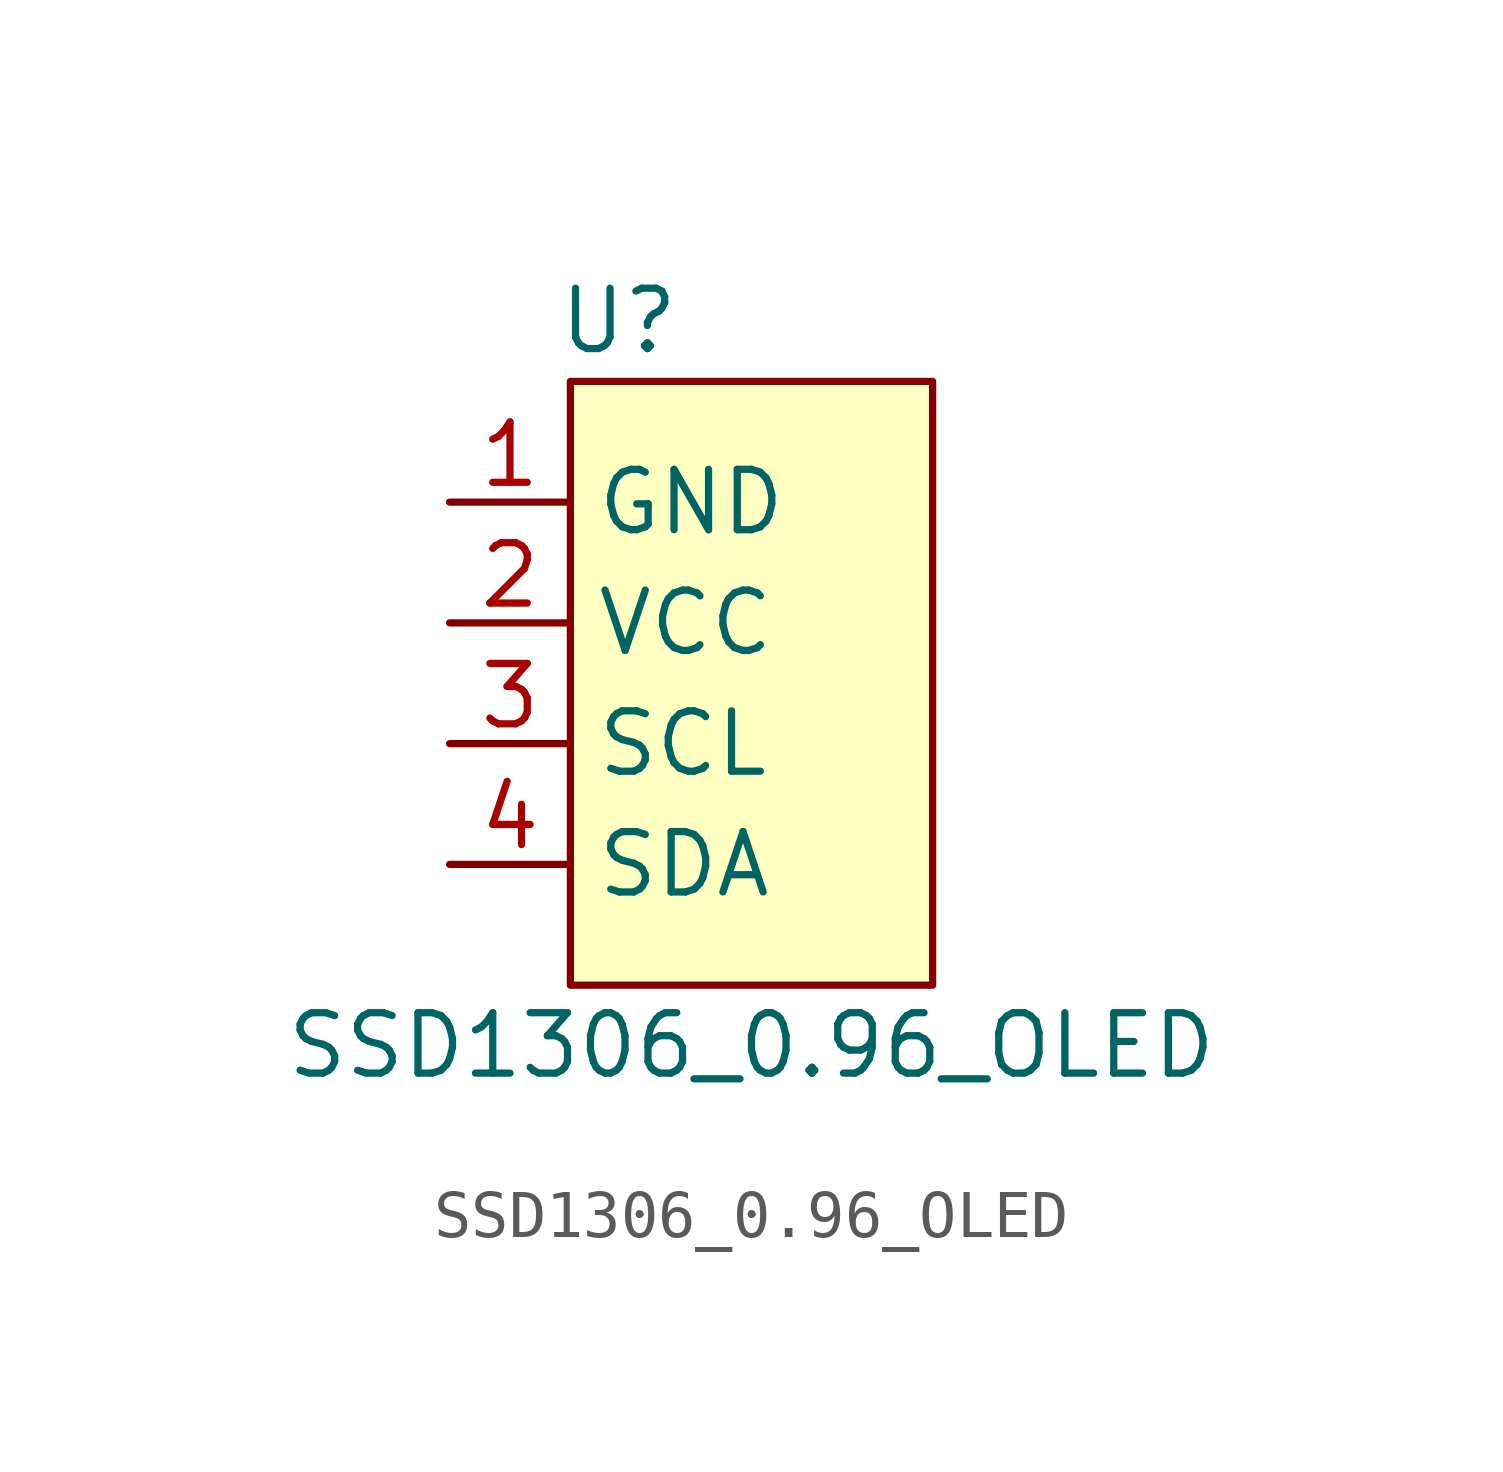
<source format=kicad_sym>
(kicad_symbol_lib
  (version 20241209)
  (generator "kicad_symbol_editor")
  (generator_version "9.0")
  (symbol "SSD1306_0.96_OLED"
    (property "Reference" "U"
      (at -2.794 6.35 0)
      (effects (font (size 1.27 1.27))))
    (property "Value" "SSD1306_0.96_OLED"
      (at 0 -8.89 0)
      (effects (font (size 1.27 1.27))))
    (symbol "SSD1306_0.96_OLED_1_1"
      (rectangle (start -3.81 5.08) (end 3.81 -7.62) (stroke (width 0) (type solid)) (fill (type background)))
      (pin power_in line (at -6.35 2.54 0) (length 2.54) (name "GND" (effects (font (size 1.27 1.27)))) (number "1" (effects (font (size 1.27 1.27)))))
      (pin power_in line (at -6.35 0 0) (length 2.54) (name "VCC" (effects (font (size 1.27 1.27)))) (number "2" (effects (font (size 1.27 1.27)))))
      (pin open_collector line (at -6.35 -2.54 0) (length 2.54) (name "SCL" (effects (font (size 1.27 1.27)))) (number "3" (effects (font (size 1.27 1.27)))))
      (pin open_collector line (at -6.35 -5.08 0) (length 2.54) (name "SDA" (effects (font (size 1.27 1.27)))) (number "4" (effects (font (size 1.27 1.27))))))))
</source>
